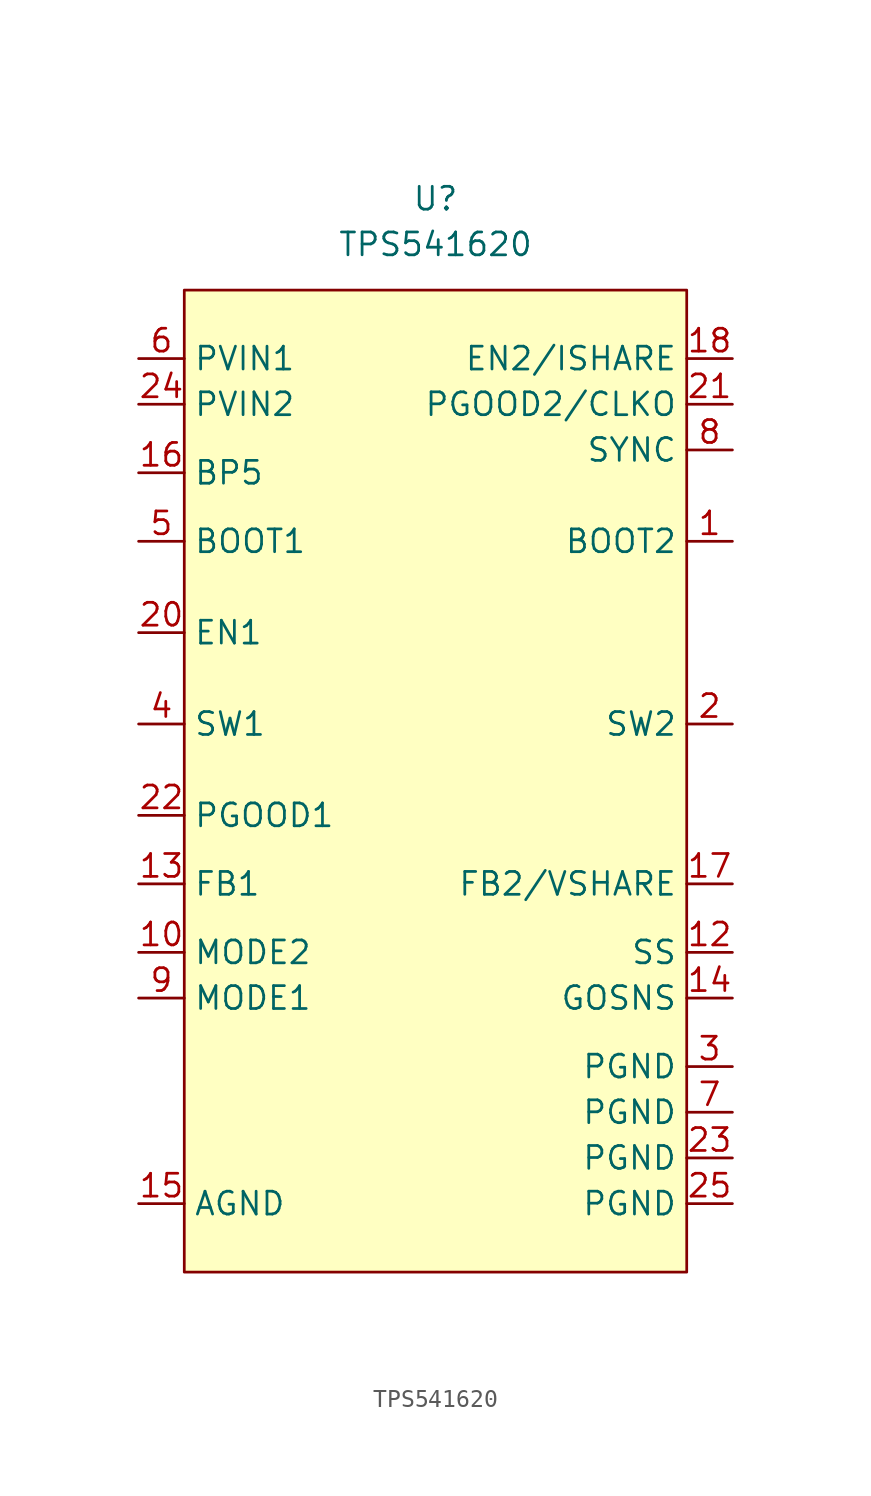
<source format=kicad_sym>
(kicad_symbol_lib
  (version 20201005)
  (generator kicad_symbol_editor)
  (symbol "Regulator_Switching:TPS541620"
    (property "Reference" "U"
      (at 0 0 0)
      (effects (font (size 1.27 1.27))))
    (property "Value" "TPS541620"
      (at 0 -2.54 0)
      (effects (font (size 1.27 1.27))))
    (symbol "TPS541620_0_1"
      (rectangle (start -13.97 -5.08) (end 13.97 -59.69) (stroke (width 0.152)) (fill (type background))))
    (symbol "TPS541620_1_1"
      (pin passive line (at -16.51 -55.88 0) (length 2.54) (name "AGND" (effects (font (size 1.27 1.27)))) (number "15" (effects (font (size 1.27 1.27)))))
      (pin input line (at -16.51 -19.05 0) (length 2.54) (name "BOOT1" (effects (font (size 1.27 1.27)))) (number "5" (effects (font (size 1.27 1.27)))))
      (pin input line (at 16.51 -19.05 180) (length 2.54) (name "BOOT2" (effects (font (size 1.27 1.27)))) (number "1" (effects (font (size 1.27 1.27)))))
      (pin power_out line (at -16.51 -15.24 0) (length 2.54) (name "BP5" (effects (font (size 1.27 1.27)))) (number "16" (effects (font (size 1.27 1.27)))))
      (pin input line (at -16.51 -24.13 0) (length 2.54) (name "EN1" (effects (font (size 1.27 1.27)))) (number "20" (effects (font (size 1.27 1.27)))))
      (pin input line (at 16.51 -8.89 180) (length 2.54) (name "EN2/ISHARE" (effects (font (size 1.27 1.27)))) (number "18" (effects (font (size 1.27 1.27)))))
      (pin input line (at -16.51 -38.1 0) (length 2.54) (name "FB1" (effects (font (size 1.27 1.27)))) (number "13" (effects (font (size 1.27 1.27)))))
      (pin input line (at 16.51 -38.1 180) (length 2.54) (name "FB2/VSHARE" (effects (font (size 1.27 1.27)))) (number "17" (effects (font (size 1.27 1.27)))))
      (pin input line (at 16.51 -44.45 180) (length 2.54) (name "GOSNS" (effects (font (size 1.27 1.27)))) (number "14" (effects (font (size 1.27 1.27)))))
      (pin input line (at -16.51 -44.45 0) (length 2.54) (name "MODE1" (effects (font (size 1.27 1.27)))) (number "9" (effects (font (size 1.27 1.27)))))
      (pin input line (at -16.51 -41.91 0) (length 2.54) (name "MODE2" (effects (font (size 1.27 1.27)))) (number "10" (effects (font (size 1.27 1.27)))))
      (pin output line (at 16.51 -55.88 180) (length 2.54) (name "PGND" (effects (font (size 1.27 1.27)))) (number "25" (effects (font (size 1.27 1.27)))))
      (pin output line (at 16.51 -53.34 180) (length 2.54) (name "PGND" (effects (font (size 1.27 1.27)))) (number "23" (effects (font (size 1.27 1.27)))))
      (pin output line (at 16.51 -50.8 180) (length 2.54) (name "PGND" (effects (font (size 1.27 1.27)))) (number "7" (effects (font (size 1.27 1.27)))))
      (pin output line (at 16.51 -48.26 180) (length 2.54) (name "PGND" (effects (font (size 1.27 1.27)))) (number "3" (effects (font (size 1.27 1.27)))))
      (pin output line (at -16.51 -34.29 0) (length 2.54) (name "PGOOD1" (effects (font (size 1.27 1.27)))) (number "22" (effects (font (size 1.27 1.27)))))
      (pin output line (at 16.51 -11.43 180) (length 2.54) (name "PGOOD2/CLKO" (effects (font (size 1.27 1.27)))) (number "21" (effects (font (size 1.27 1.27)))))
      (pin power_in line (at -16.51 -8.89 0) (length 2.54) (name "PVIN1" (effects (font (size 1.27 1.27)))) (number "6" (effects (font (size 1.27 1.27)))))
      (pin power_in line (at -16.51 -11.43 0) (length 2.54) (name "PVIN2" (effects (font (size 1.27 1.27)))) (number "24" (effects (font (size 1.27 1.27)))))
      (pin output line (at 16.51 -41.91 180) (length 2.54) (name "SS" (effects (font (size 1.27 1.27)))) (number "12" (effects (font (size 1.27 1.27)))))
      (pin bidirectional line (at -16.51 -29.21 0) (length 2.54) (name "SW1" (effects (font (size 1.27 1.27)))) (number "4" (effects (font (size 1.27 1.27)))))
      (pin bidirectional line (at 16.51 -29.21 180) (length 2.54) (name "SW2" (effects (font (size 1.27 1.27)))) (number "2" (effects (font (size 1.27 1.27)))))
      (pin input line (at 16.51 -13.97 180) (length 2.54) (name "SYNC" (effects (font (size 1.27 1.27)))) (number "8" (effects (font (size 1.27 1.27))))))))
</source>
